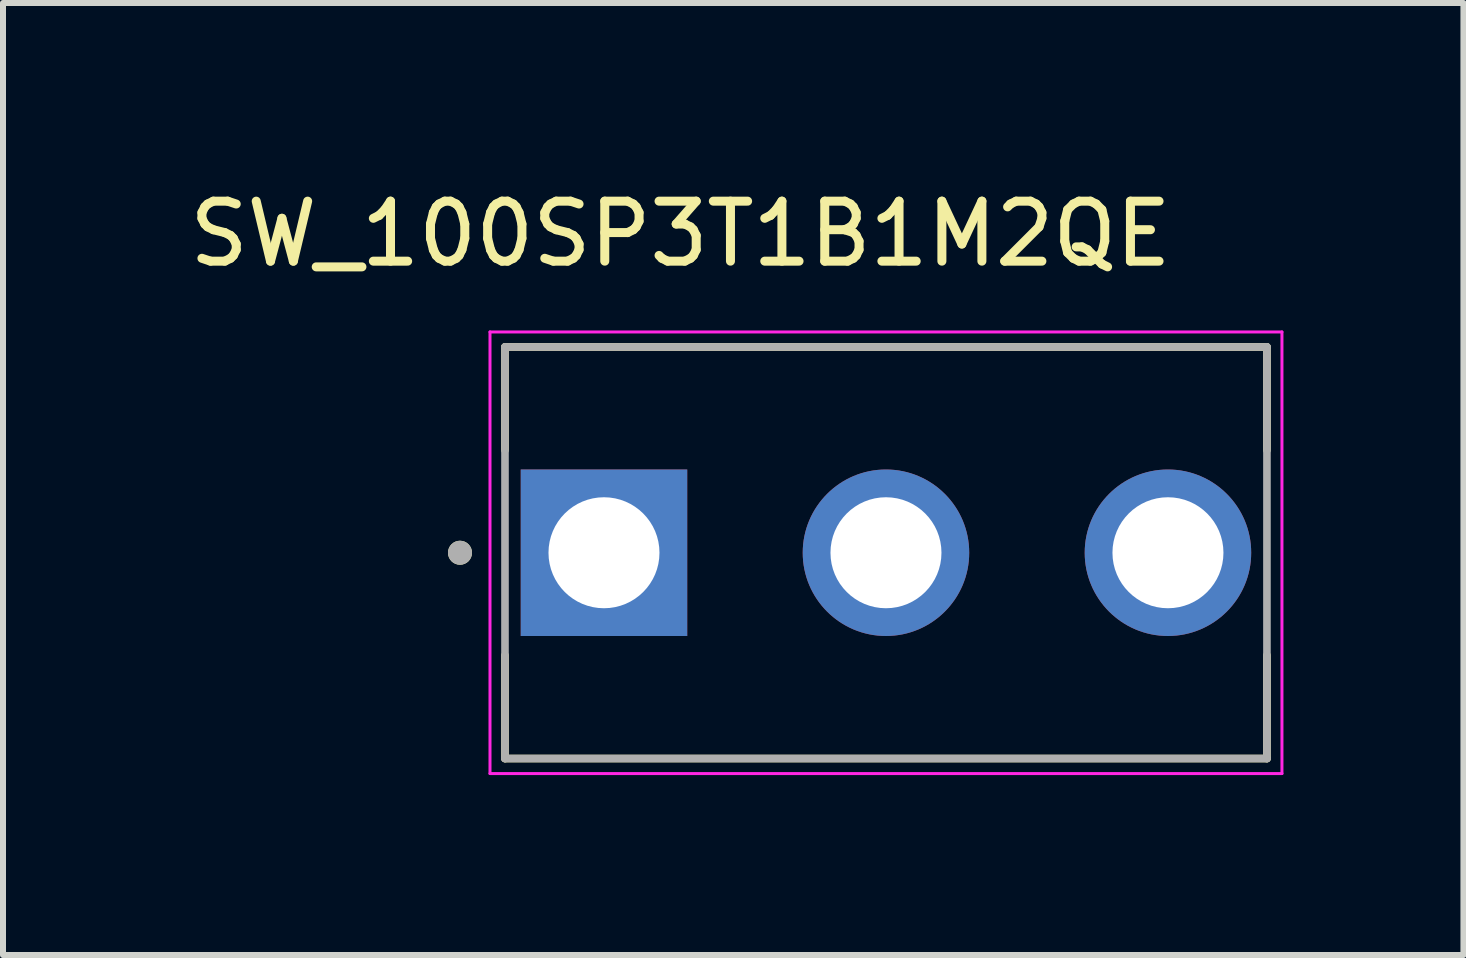
<source format=kicad_pcb>
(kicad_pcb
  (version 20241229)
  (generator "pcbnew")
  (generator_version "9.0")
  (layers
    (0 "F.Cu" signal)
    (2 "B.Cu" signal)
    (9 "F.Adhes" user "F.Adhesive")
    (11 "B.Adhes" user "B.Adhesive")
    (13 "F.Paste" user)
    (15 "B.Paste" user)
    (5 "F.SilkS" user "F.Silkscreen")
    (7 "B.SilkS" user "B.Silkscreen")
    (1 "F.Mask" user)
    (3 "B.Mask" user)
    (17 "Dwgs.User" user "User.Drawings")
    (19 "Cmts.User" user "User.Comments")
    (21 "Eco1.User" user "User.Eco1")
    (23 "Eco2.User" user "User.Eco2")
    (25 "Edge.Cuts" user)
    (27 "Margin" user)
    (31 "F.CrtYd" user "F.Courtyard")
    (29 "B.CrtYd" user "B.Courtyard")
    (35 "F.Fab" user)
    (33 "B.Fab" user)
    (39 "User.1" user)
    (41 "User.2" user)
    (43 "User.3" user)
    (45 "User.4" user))
  (footprint "SW_100SP3T1B1M2QE"
    (layer "F.Cu")
    (at 11.717 6.163)
    (property "Reference" "SW_100SP3T1B1M2QE" (at -3.425 -5.315 0) (layer "F.SilkS") (effects (font (size 1 1) (thickness 0.15))))
    (attr through_hole)
    (fp_line (start -6.35 -3.43) (end 6.35 -3.43) (stroke (width 0.127) (type solid)) (layer "F.SilkS"))
    (fp_line (start -6.35 -1.708) (end -6.35 -3.43) (stroke (width 0.127) (type solid)) (layer "F.SilkS"))
    (fp_line (start -6.35 3.43) (end -6.35 1.708) (stroke (width 0.127) (type solid)) (layer "F.SilkS"))
    (fp_line (start 6.35 -3.43) (end 6.35 -1.708) (stroke (width 0.127) (type solid)) (layer "F.SilkS"))
    (fp_line (start 6.35 3.43) (end -6.35 3.43) (stroke (width 0.127) (type solid)) (layer "F.SilkS"))
    (fp_line (start 6.35 3.43) (end 6.35 1.708) (stroke (width 0.127) (type solid)) (layer "F.SilkS"))
    (fp_circle (center -7.1 0) (end -7 0) (stroke (width 0.2) (type solid)) (fill no) (layer "F.SilkS"))
    (fp_line (start -6.6 -3.68) (end -6.6 3.68) (stroke (width 0.05) (type solid)) (layer "F.CrtYd"))
    (fp_line (start -6.6 3.68) (end 6.6 3.68) (stroke (width 0.05) (type solid)) (layer "F.CrtYd"))
    (fp_line (start 6.6 -3.68) (end -6.6 -3.68) (stroke (width 0.05) (type solid)) (layer "F.CrtYd"))
    (fp_line (start 6.6 3.68) (end 6.6 -3.68) (stroke (width 0.05) (type solid)) (layer "F.CrtYd"))
    (fp_line (start -6.35 -3.43) (end 6.35 -3.43) (stroke (width 0.127) (type solid)) (layer "F.Fab"))
    (fp_line (start -6.35 3.43) (end -6.35 -3.43) (stroke (width 0.127) (type solid)) (layer "F.Fab"))
    (fp_line (start 6.35 -3.43) (end 6.35 3.43) (stroke (width 0.127) (type solid)) (layer "F.Fab"))
    (fp_line (start 6.35 3.43) (end -6.35 3.43) (stroke (width 0.127) (type solid)) (layer "F.Fab"))
    (fp_circle (center -7.1 0) (end -7 0) (stroke (width 0.2) (type solid)) (fill no) (layer "F.Fab"))
    (pad "1" thru_hole rect (at -4.7 0) (size 2.775 2.775) (drill 1.85) (layers "*.Cu" "*.Mask"))
    (pad "2" thru_hole circle (at 0 0) (size 2.775 2.775) (drill 1.85) (layers "*.Cu" "*.Mask"))
    (pad "3" thru_hole circle (at 4.7 0) (size 2.775 2.775) (drill 1.85) (layers "*.Cu" "*.Mask")))
  (gr_rect
    (start -3 -3)
    (end 21.342 12.868)
    (stroke (width 0.1) (type default))
    (fill no)
    (layer "Edge.Cuts")))
</source>
